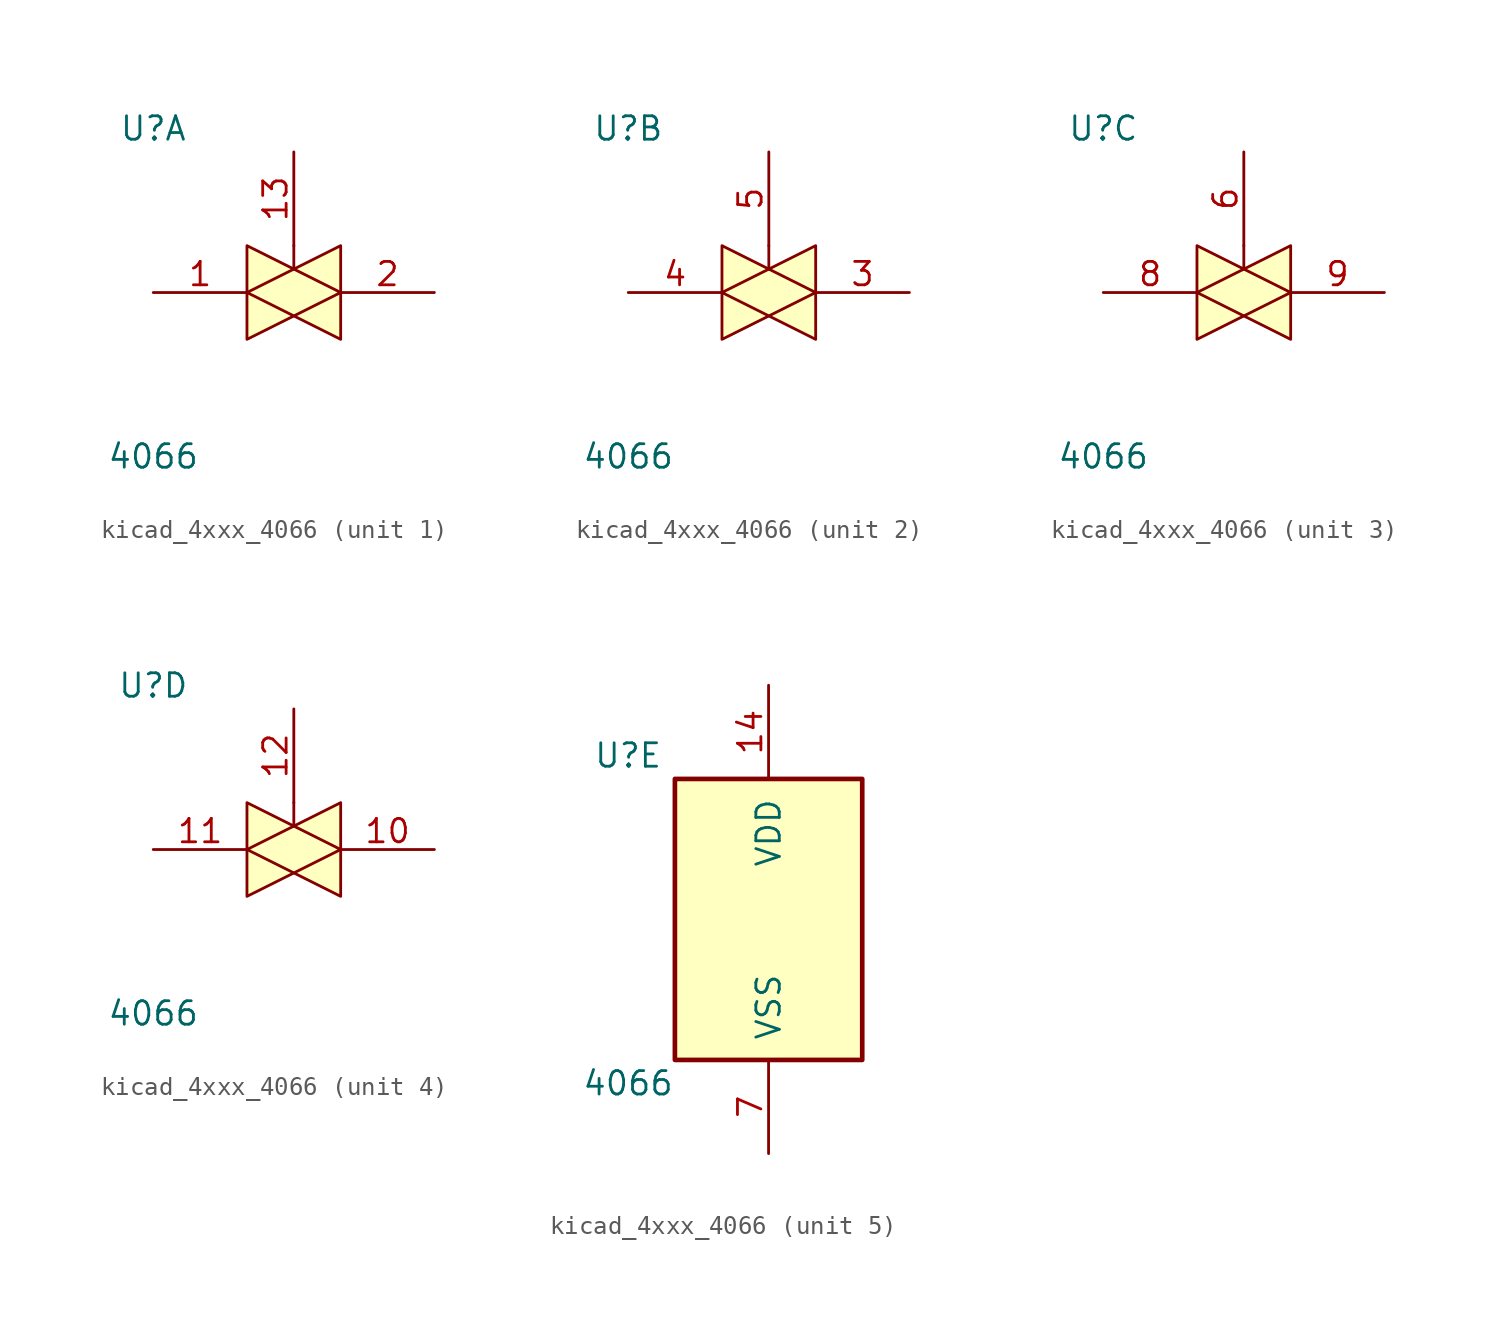
<source format=kicad_sym>
(kicad_symbol_lib
  (version 20220914)
  (generator kicad_symbol_editor)
  (symbol "kicad_4xxx_4066"
    (pin_names
      (offset 1.016))
    (property "Reference" "U"
      (at -7.62 8.89 0)
      (effects (font (size 1.27 1.27))))
    (property "Value" "4066"
      (at -7.62 -8.89 0)
      (effects (font (size 1.27 1.27))))
    (property "ki_locked" ""
      (at 0 0 0)
      (effects (font (size 1.27 1.27))))
    (symbol "kicad_4xxx_4066_1_0"
      (polyline (pts (xy 0 1.27) (xy 0 2.54)) (stroke (width 0.152) (type default)) (fill (type none)))
      (polyline (pts (xy -2.54 0) (xy 2.54 2.54) (xy 2.54 -2.54) (xy -2.54 0)) (stroke (width 0) (type default)) (fill (type background)))
      (polyline (pts (xy -2.54 2.54) (xy 2.54 0) (xy -2.54 -2.54) (xy -2.54 2.54)) (stroke (width 0) (type default)) (fill (type background)))
      (pin passive line (at -7.62 0 0) (length 5.08) (name "~" (effects (font (size 1.27 1.27)))) (number "1" (effects (font (size 1.27 1.27)))))
      (pin input line (at 0 7.62 270) (length 5.08) (name "~" (effects (font (size 1.27 1.27)))) (number "13" (effects (font (size 1.27 1.27)))))
      (pin passive line (at 7.62 0 180) (length 5.08) (name "~" (effects (font (size 1.27 1.27)))) (number "2" (effects (font (size 1.27 1.27))))))
    (symbol "kicad_4xxx_4066_2_0"
      (polyline (pts (xy 0 1.27) (xy 0 2.54)) (stroke (width 0.152) (type default)) (fill (type none)))
      (polyline (pts (xy -2.54 0) (xy 2.54 2.54) (xy 2.54 -2.54) (xy -2.54 0)) (stroke (width 0) (type default)) (fill (type background)))
      (polyline (pts (xy -2.54 2.54) (xy 2.54 0) (xy -2.54 -2.54) (xy -2.54 2.54)) (stroke (width 0) (type default)) (fill (type background)))
      (pin passive line (at 7.62 0 180) (length 5.08) (name "~" (effects (font (size 1.27 1.27)))) (number "3" (effects (font (size 1.27 1.27)))))
      (pin passive line (at -7.62 0 0) (length 5.08) (name "~" (effects (font (size 1.27 1.27)))) (number "4" (effects (font (size 1.27 1.27)))))
      (pin input line (at 0 7.62 270) (length 5.08) (name "~" (effects (font (size 1.27 1.27)))) (number "5" (effects (font (size 1.27 1.27))))))
    (symbol "kicad_4xxx_4066_3_0"
      (polyline (pts (xy 0 1.27) (xy 0 2.54)) (stroke (width 0.152) (type default)) (fill (type none)))
      (polyline (pts (xy -2.54 0) (xy 2.54 2.54) (xy 2.54 -2.54) (xy -2.54 0)) (stroke (width 0) (type default)) (fill (type background)))
      (polyline (pts (xy -2.54 2.54) (xy 2.54 0) (xy -2.54 -2.54) (xy -2.54 2.54)) (stroke (width 0) (type default)) (fill (type background)))
      (pin input line (at 0 7.62 270) (length 5.08) (name "~" (effects (font (size 1.27 1.27)))) (number "6" (effects (font (size 1.27 1.27)))))
      (pin passive line (at -7.62 0 0) (length 5.08) (name "~" (effects (font (size 1.27 1.27)))) (number "8" (effects (font (size 1.27 1.27)))))
      (pin passive line (at 7.62 0 180) (length 5.08) (name "~" (effects (font (size 1.27 1.27)))) (number "9" (effects (font (size 1.27 1.27))))))
    (symbol "kicad_4xxx_4066_4_0"
      (polyline (pts (xy 0 1.27) (xy 0 2.54)) (stroke (width 0.152) (type default)) (fill (type none)))
      (polyline (pts (xy -2.54 0) (xy 2.54 2.54) (xy 2.54 -2.54) (xy -2.54 0)) (stroke (width 0) (type default)) (fill (type background)))
      (polyline (pts (xy -2.54 2.54) (xy 2.54 0) (xy -2.54 -2.54) (xy -2.54 2.54)) (stroke (width 0) (type default)) (fill (type background)))
      (pin passive line (at 7.62 0 180) (length 5.08) (name "~" (effects (font (size 1.27 1.27)))) (number "10" (effects (font (size 1.27 1.27)))))
      (pin passive line (at -7.62 0 0) (length 5.08) (name "~" (effects (font (size 1.27 1.27)))) (number "11" (effects (font (size 1.27 1.27)))))
      (pin input line (at 0 7.62 270) (length 5.08) (name "~" (effects (font (size 1.27 1.27)))) (number "12" (effects (font (size 1.27 1.27))))))
    (symbol "kicad_4xxx_4066_5_0"
      (pin power_in line (at 0 12.7 270) (length 5.08) (name "VDD" (effects (font (size 1.27 1.27)))) (number "14" (effects (font (size 1.27 1.27)))))
      (pin power_in line (at 0 -12.7 90) (length 5.08) (name "VSS" (effects (font (size 1.27 1.27)))) (number "7" (effects (font (size 1.27 1.27))))))
    (symbol "kicad_4xxx_4066_5_1"
      (rectangle (start -5.08 7.62) (end 5.08 -7.62) (stroke (width 0.254) (type default)) (fill (type background))))))
</source>
